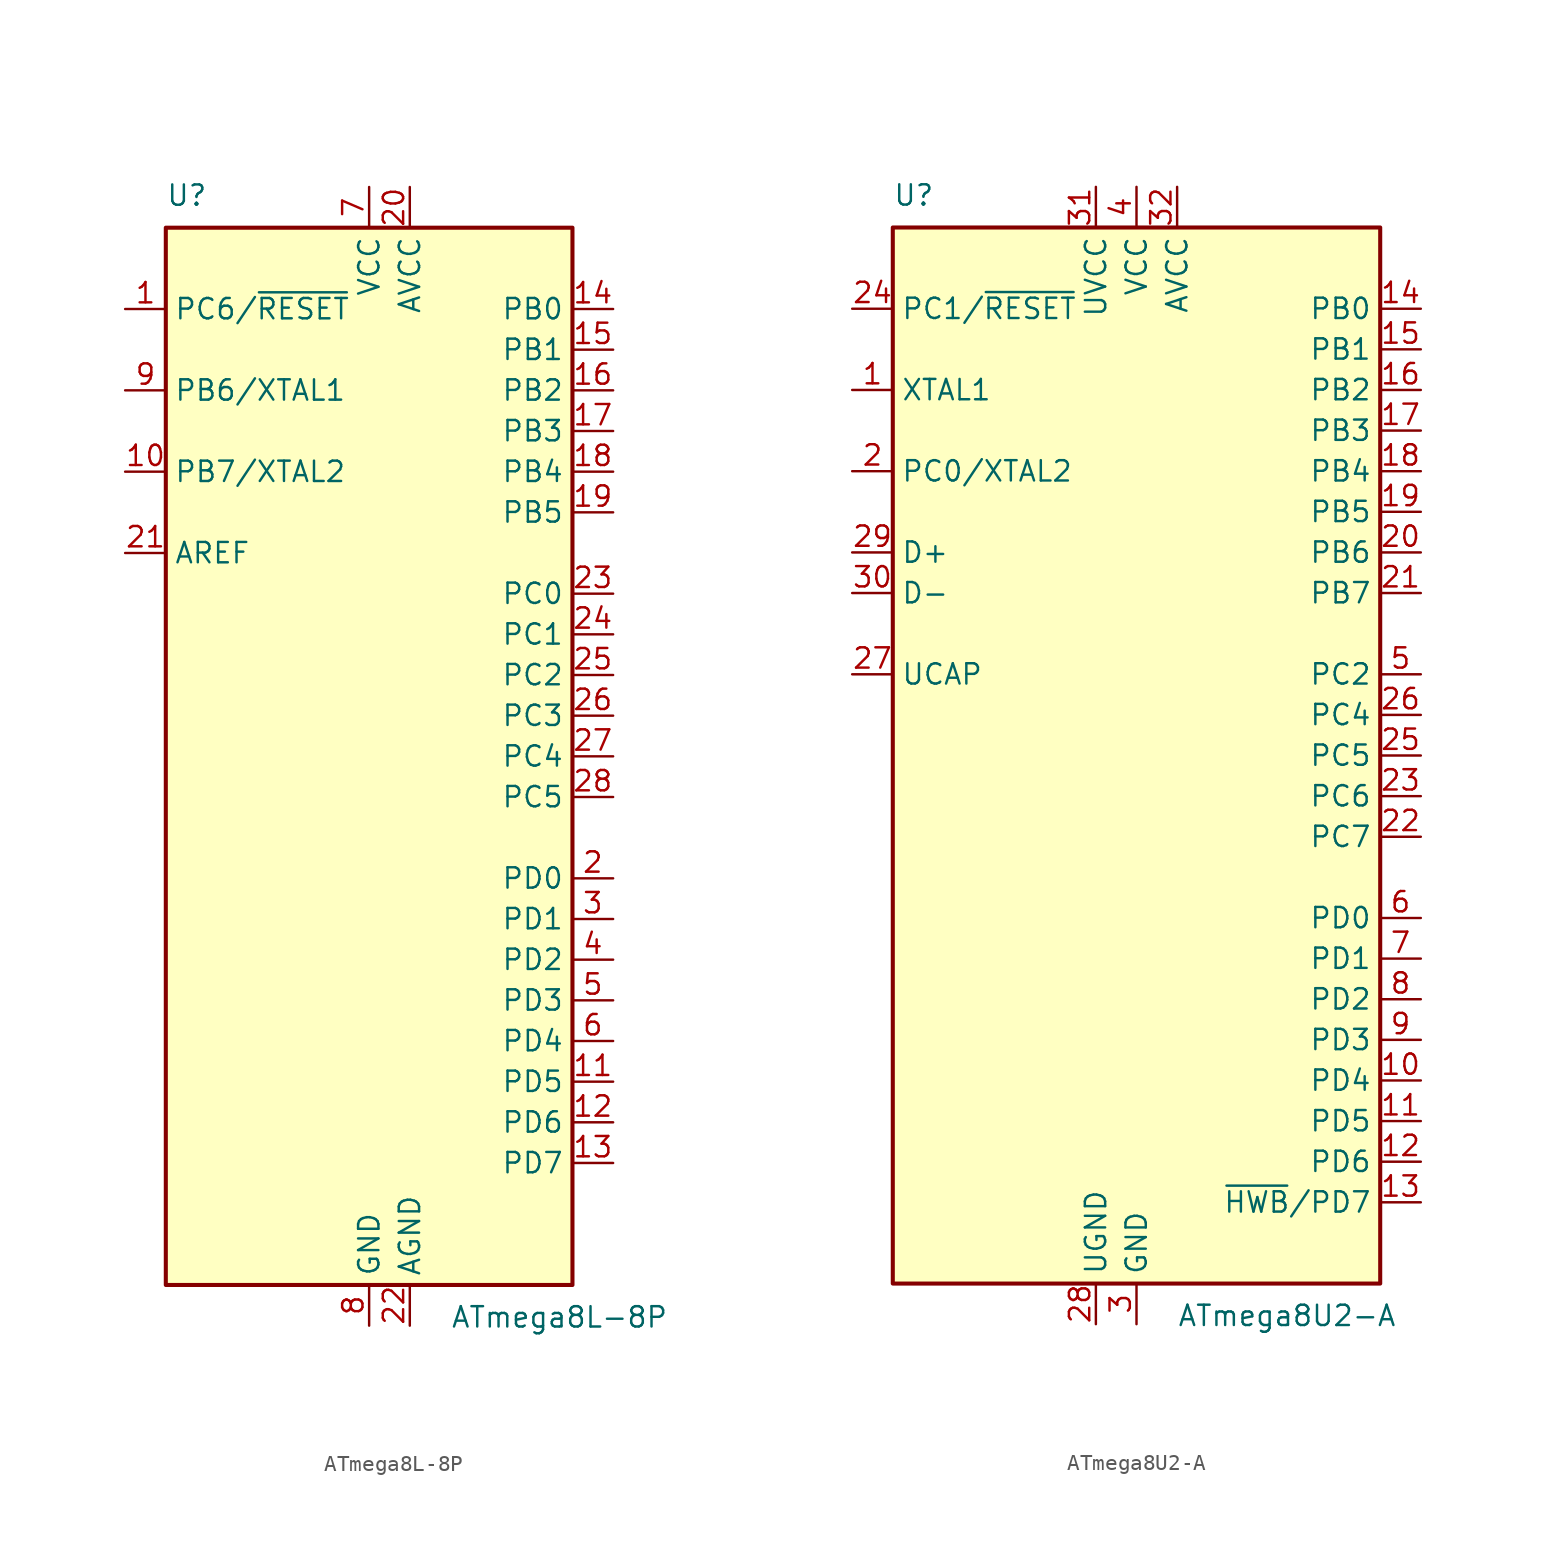
<source format=kicad_sym>
(kicad_symbol_lib
  (version 20211014)
  (generator kicad_symbol_editor)
  (symbol "ATmega8L-8P"
    (property "Reference" "U"
      (at -12.7 34.29 0)
      (effects (font (size 1.27 1.27)) (justify left bottom)))
    (property "Value" "ATmega8L-8P"
      (at 5.08 -34.29 0)
      (effects (font (size 1.27 1.27)) (justify left top)))
    (symbol "ATmega8L-8P_0_1"
      (rectangle (start -12.7 -33.02) (end 12.7 33.02) (stroke (width 0.254) (type default) (color 0 0 0 0)) (fill (type background))))
    (symbol "ATmega8L-8P_1_1"
      (pin bidirectional line (at -15.24 27.94 0) (length 2.54) (name "PC6/~{RESET}" (effects (font (size 1.27 1.27)))) (number "1" (effects (font (size 1.27 1.27)))))
      (pin bidirectional line (at -15.24 17.78 0) (length 2.54) (name "PB7/XTAL2" (effects (font (size 1.27 1.27)))) (number "10" (effects (font (size 1.27 1.27)))))
      (pin bidirectional line (at 15.24 -20.32 180) (length 2.54) (name "PD5" (effects (font (size 1.27 1.27)))) (number "11" (effects (font (size 1.27 1.27)))))
      (pin bidirectional line (at 15.24 -22.86 180) (length 2.54) (name "PD6" (effects (font (size 1.27 1.27)))) (number "12" (effects (font (size 1.27 1.27)))))
      (pin bidirectional line (at 15.24 -25.4 180) (length 2.54) (name "PD7" (effects (font (size 1.27 1.27)))) (number "13" (effects (font (size 1.27 1.27)))))
      (pin bidirectional line (at 15.24 27.94 180) (length 2.54) (name "PB0" (effects (font (size 1.27 1.27)))) (number "14" (effects (font (size 1.27 1.27)))))
      (pin bidirectional line (at 15.24 25.4 180) (length 2.54) (name "PB1" (effects (font (size 1.27 1.27)))) (number "15" (effects (font (size 1.27 1.27)))))
      (pin bidirectional line (at 15.24 22.86 180) (length 2.54) (name "PB2" (effects (font (size 1.27 1.27)))) (number "16" (effects (font (size 1.27 1.27)))))
      (pin bidirectional line (at 15.24 20.32 180) (length 2.54) (name "PB3" (effects (font (size 1.27 1.27)))) (number "17" (effects (font (size 1.27 1.27)))))
      (pin bidirectional line (at 15.24 17.78 180) (length 2.54) (name "PB4" (effects (font (size 1.27 1.27)))) (number "18" (effects (font (size 1.27 1.27)))))
      (pin bidirectional line (at 15.24 15.24 180) (length 2.54) (name "PB5" (effects (font (size 1.27 1.27)))) (number "19" (effects (font (size 1.27 1.27)))))
      (pin bidirectional line (at 15.24 -7.62 180) (length 2.54) (name "PD0" (effects (font (size 1.27 1.27)))) (number "2" (effects (font (size 1.27 1.27)))))
      (pin power_in line (at 2.54 35.56 270) (length 2.54) (name "AVCC" (effects (font (size 1.27 1.27)))) (number "20" (effects (font (size 1.27 1.27)))))
      (pin passive line (at -15.24 12.7 0) (length 2.54) (name "AREF" (effects (font (size 1.27 1.27)))) (number "21" (effects (font (size 1.27 1.27)))))
      (pin power_in line (at 2.54 -35.56 90) (length 2.54) (name "AGND" (effects (font (size 1.27 1.27)))) (number "22" (effects (font (size 1.27 1.27)))))
      (pin bidirectional line (at 15.24 10.16 180) (length 2.54) (name "PC0" (effects (font (size 1.27 1.27)))) (number "23" (effects (font (size 1.27 1.27)))))
      (pin bidirectional line (at 15.24 7.62 180) (length 2.54) (name "PC1" (effects (font (size 1.27 1.27)))) (number "24" (effects (font (size 1.27 1.27)))))
      (pin bidirectional line (at 15.24 5.08 180) (length 2.54) (name "PC2" (effects (font (size 1.27 1.27)))) (number "25" (effects (font (size 1.27 1.27)))))
      (pin bidirectional line (at 15.24 2.54 180) (length 2.54) (name "PC3" (effects (font (size 1.27 1.27)))) (number "26" (effects (font (size 1.27 1.27)))))
      (pin bidirectional line (at 15.24 0 180) (length 2.54) (name "PC4" (effects (font (size 1.27 1.27)))) (number "27" (effects (font (size 1.27 1.27)))))
      (pin bidirectional line (at 15.24 -2.54 180) (length 2.54) (name "PC5" (effects (font (size 1.27 1.27)))) (number "28" (effects (font (size 1.27 1.27)))))
      (pin bidirectional line (at 15.24 -10.16 180) (length 2.54) (name "PD1" (effects (font (size 1.27 1.27)))) (number "3" (effects (font (size 1.27 1.27)))))
      (pin bidirectional line (at 15.24 -12.7 180) (length 2.54) (name "PD2" (effects (font (size 1.27 1.27)))) (number "4" (effects (font (size 1.27 1.27)))))
      (pin bidirectional line (at 15.24 -15.24 180) (length 2.54) (name "PD3" (effects (font (size 1.27 1.27)))) (number "5" (effects (font (size 1.27 1.27)))))
      (pin bidirectional line (at 15.24 -17.78 180) (length 2.54) (name "PD4" (effects (font (size 1.27 1.27)))) (number "6" (effects (font (size 1.27 1.27)))))
      (pin power_in line (at 0 35.56 270) (length 2.54) (name "VCC" (effects (font (size 1.27 1.27)))) (number "7" (effects (font (size 1.27 1.27)))))
      (pin power_in line (at 0 -35.56 90) (length 2.54) (name "GND" (effects (font (size 1.27 1.27)))) (number "8" (effects (font (size 1.27 1.27)))))
      (pin bidirectional line (at -15.24 22.86 0) (length 2.54) (name "PB6/XTAL1" (effects (font (size 1.27 1.27)))) (number "9" (effects (font (size 1.27 1.27)))))))
  (symbol "ATmega8U2-A"
    (property "Reference" "U"
      (at -15.24 34.29 0)
      (effects (font (size 1.27 1.27)) (justify left bottom)))
    (property "Value" "ATmega8U2-A"
      (at 2.54 -34.29 0)
      (effects (font (size 1.27 1.27)) (justify left top)))
    (symbol "ATmega8U2-A_0_1"
      (rectangle (start -15.24 -33.02) (end 15.24 33.02) (stroke (width 0.254) (type default) (color 0 0 0 0)) (fill (type background))))
    (symbol "ATmega8U2-A_1_1"
      (pin input line (at -17.78 22.86 0) (length 2.54) (name "XTAL1" (effects (font (size 1.27 1.27)))) (number "1" (effects (font (size 1.27 1.27)))))
      (pin bidirectional line (at 17.78 -20.32 180) (length 2.54) (name "PD4" (effects (font (size 1.27 1.27)))) (number "10" (effects (font (size 1.27 1.27)))))
      (pin bidirectional line (at 17.78 -22.86 180) (length 2.54) (name "PD5" (effects (font (size 1.27 1.27)))) (number "11" (effects (font (size 1.27 1.27)))))
      (pin bidirectional line (at 17.78 -25.4 180) (length 2.54) (name "PD6" (effects (font (size 1.27 1.27)))) (number "12" (effects (font (size 1.27 1.27)))))
      (pin bidirectional line (at 17.78 -27.94 180) (length 2.54) (name "~{HWB}/PD7" (effects (font (size 1.27 1.27)))) (number "13" (effects (font (size 1.27 1.27)))))
      (pin bidirectional line (at 17.78 27.94 180) (length 2.54) (name "PB0" (effects (font (size 1.27 1.27)))) (number "14" (effects (font (size 1.27 1.27)))))
      (pin bidirectional line (at 17.78 25.4 180) (length 2.54) (name "PB1" (effects (font (size 1.27 1.27)))) (number "15" (effects (font (size 1.27 1.27)))))
      (pin bidirectional line (at 17.78 22.86 180) (length 2.54) (name "PB2" (effects (font (size 1.27 1.27)))) (number "16" (effects (font (size 1.27 1.27)))))
      (pin bidirectional line (at 17.78 20.32 180) (length 2.54) (name "PB3" (effects (font (size 1.27 1.27)))) (number "17" (effects (font (size 1.27 1.27)))))
      (pin bidirectional line (at 17.78 17.78 180) (length 2.54) (name "PB4" (effects (font (size 1.27 1.27)))) (number "18" (effects (font (size 1.27 1.27)))))
      (pin bidirectional line (at 17.78 15.24 180) (length 2.54) (name "PB5" (effects (font (size 1.27 1.27)))) (number "19" (effects (font (size 1.27 1.27)))))
      (pin bidirectional line (at -17.78 17.78 0) (length 2.54) (name "PC0/XTAL2" (effects (font (size 1.27 1.27)))) (number "2" (effects (font (size 1.27 1.27)))))
      (pin bidirectional line (at 17.78 12.7 180) (length 2.54) (name "PB6" (effects (font (size 1.27 1.27)))) (number "20" (effects (font (size 1.27 1.27)))))
      (pin bidirectional line (at 17.78 10.16 180) (length 2.54) (name "PB7" (effects (font (size 1.27 1.27)))) (number "21" (effects (font (size 1.27 1.27)))))
      (pin bidirectional line (at 17.78 -5.08 180) (length 2.54) (name "PC7" (effects (font (size 1.27 1.27)))) (number "22" (effects (font (size 1.27 1.27)))))
      (pin bidirectional line (at 17.78 -2.54 180) (length 2.54) (name "PC6" (effects (font (size 1.27 1.27)))) (number "23" (effects (font (size 1.27 1.27)))))
      (pin bidirectional line (at -17.78 27.94 0) (length 2.54) (name "PC1/~{RESET}" (effects (font (size 1.27 1.27)))) (number "24" (effects (font (size 1.27 1.27)))))
      (pin bidirectional line (at 17.78 0 180) (length 2.54) (name "PC5" (effects (font (size 1.27 1.27)))) (number "25" (effects (font (size 1.27 1.27)))))
      (pin bidirectional line (at 17.78 2.54 180) (length 2.54) (name "PC4" (effects (font (size 1.27 1.27)))) (number "26" (effects (font (size 1.27 1.27)))))
      (pin passive line (at -17.78 5.08 0) (length 2.54) (name "UCAP" (effects (font (size 1.27 1.27)))) (number "27" (effects (font (size 1.27 1.27)))))
      (pin power_in line (at -2.54 -35.56 90) (length 2.54) (name "UGND" (effects (font (size 1.27 1.27)))) (number "28" (effects (font (size 1.27 1.27)))))
      (pin bidirectional line (at -17.78 12.7 0) (length 2.54) (name "D+" (effects (font (size 1.27 1.27)))) (number "29" (effects (font (size 1.27 1.27)))))
      (pin power_in line (at 0 -35.56 90) (length 2.54) (name "GND" (effects (font (size 1.27 1.27)))) (number "3" (effects (font (size 1.27 1.27)))))
      (pin bidirectional line (at -17.78 10.16 0) (length 2.54) (name "D-" (effects (font (size 1.27 1.27)))) (number "30" (effects (font (size 1.27 1.27)))))
      (pin power_in line (at -2.54 35.56 270) (length 2.54) (name "UVCC" (effects (font (size 1.27 1.27)))) (number "31" (effects (font (size 1.27 1.27)))))
      (pin power_in line (at 2.54 35.56 270) (length 2.54) (name "AVCC" (effects (font (size 1.27 1.27)))) (number "32" (effects (font (size 1.27 1.27)))))
      (pin power_in line (at 0 35.56 270) (length 2.54) (name "VCC" (effects (font (size 1.27 1.27)))) (number "4" (effects (font (size 1.27 1.27)))))
      (pin bidirectional line (at 17.78 5.08 180) (length 2.54) (name "PC2" (effects (font (size 1.27 1.27)))) (number "5" (effects (font (size 1.27 1.27)))))
      (pin bidirectional line (at 17.78 -10.16 180) (length 2.54) (name "PD0" (effects (font (size 1.27 1.27)))) (number "6" (effects (font (size 1.27 1.27)))))
      (pin bidirectional line (at 17.78 -12.7 180) (length 2.54) (name "PD1" (effects (font (size 1.27 1.27)))) (number "7" (effects (font (size 1.27 1.27)))))
      (pin bidirectional line (at 17.78 -15.24 180) (length 2.54) (name "PD2" (effects (font (size 1.27 1.27)))) (number "8" (effects (font (size 1.27 1.27)))))
      (pin bidirectional line (at 17.78 -17.78 180) (length 2.54) (name "PD3" (effects (font (size 1.27 1.27)))) (number "9" (effects (font (size 1.27 1.27))))))))
</source>
